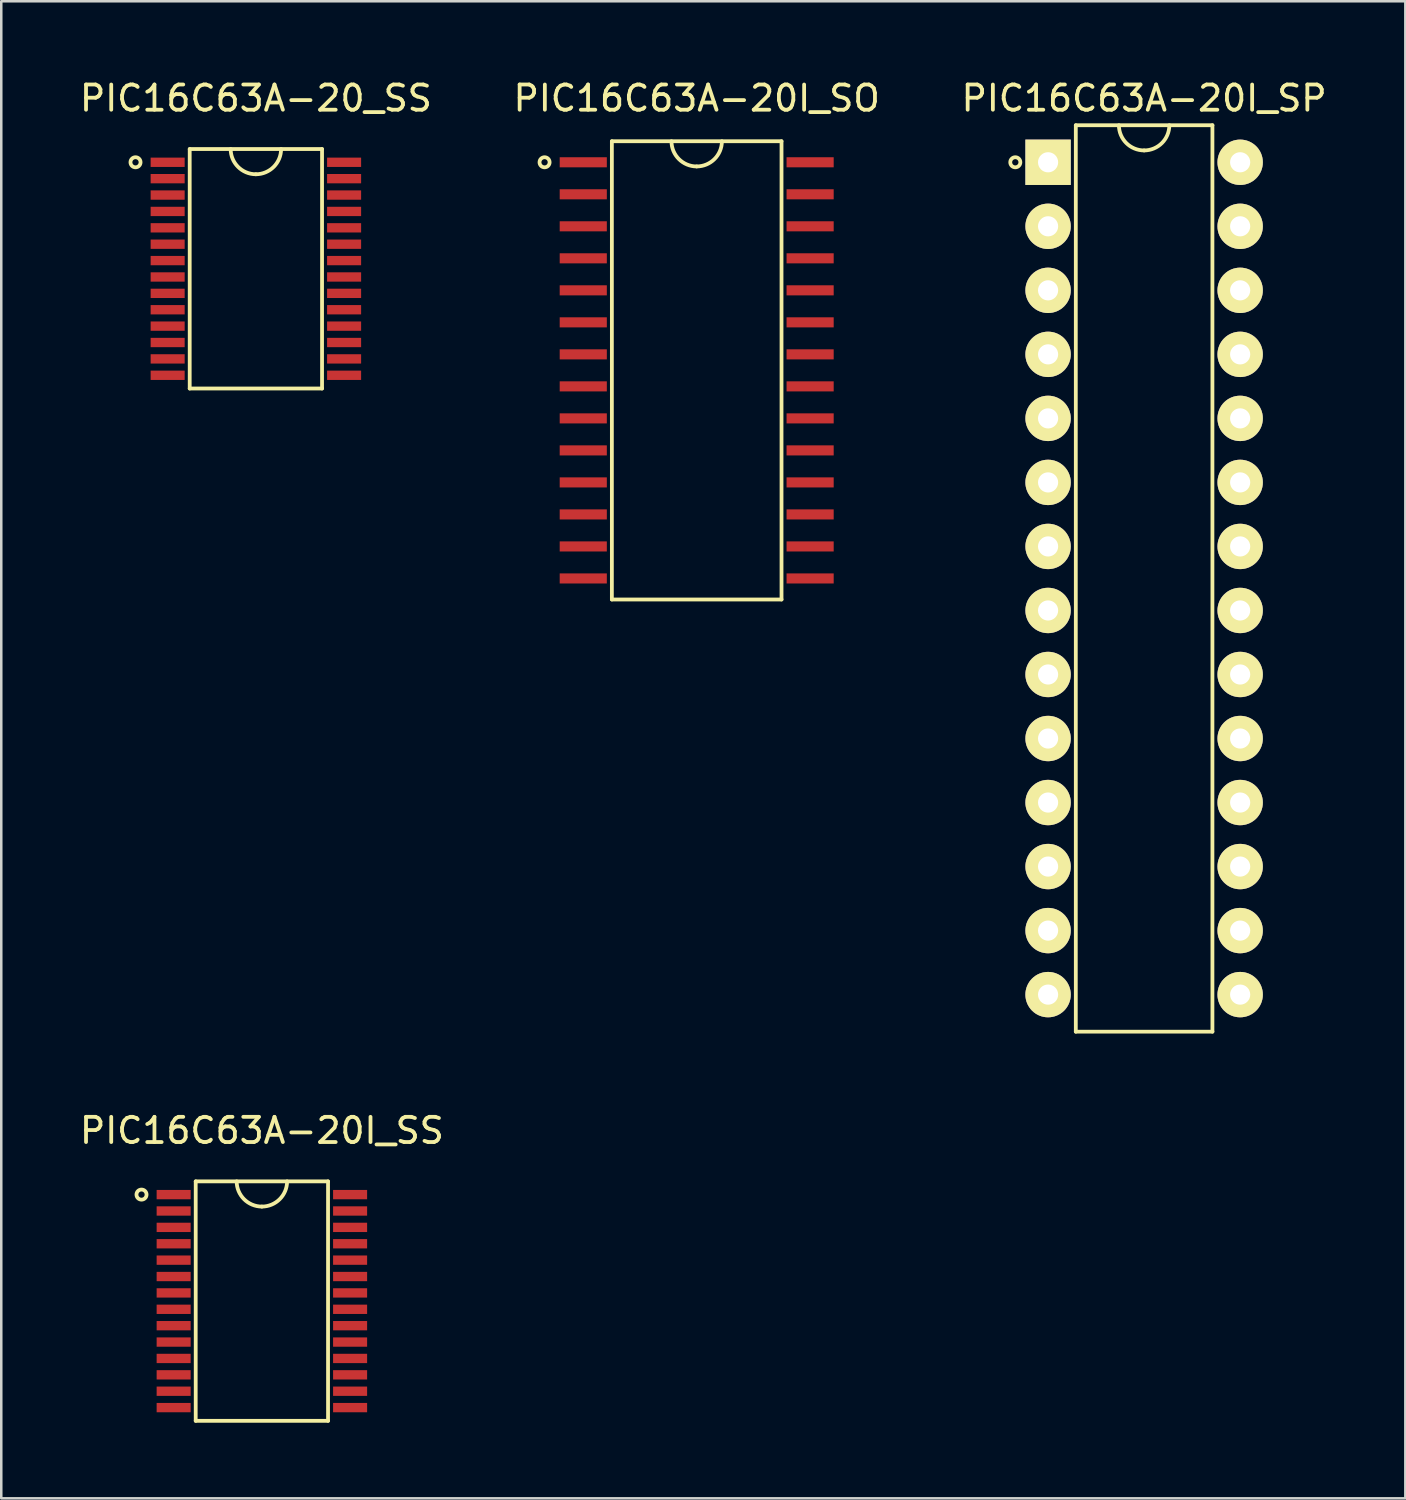
<source format=kicad_pcb>
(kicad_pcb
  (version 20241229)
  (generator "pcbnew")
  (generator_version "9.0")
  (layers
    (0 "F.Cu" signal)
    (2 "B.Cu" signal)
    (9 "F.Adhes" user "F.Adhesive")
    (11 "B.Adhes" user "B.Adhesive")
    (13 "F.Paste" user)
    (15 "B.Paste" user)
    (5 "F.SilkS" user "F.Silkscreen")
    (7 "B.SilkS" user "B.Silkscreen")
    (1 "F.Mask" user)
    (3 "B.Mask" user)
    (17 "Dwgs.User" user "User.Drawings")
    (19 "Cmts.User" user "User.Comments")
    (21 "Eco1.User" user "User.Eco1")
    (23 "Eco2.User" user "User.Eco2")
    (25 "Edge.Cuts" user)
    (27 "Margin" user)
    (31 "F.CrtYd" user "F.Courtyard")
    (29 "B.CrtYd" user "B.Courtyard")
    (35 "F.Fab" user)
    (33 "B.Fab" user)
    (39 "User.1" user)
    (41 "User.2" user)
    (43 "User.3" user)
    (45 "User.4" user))
  (footprint "PIC16C63A-20I_SP"
    (layer "F.Cu")
    (at 38.529 3.388)
    (property "Reference" "PIC16C63A-20I_SP" (at 3.81 -2.54 0) (layer "F.SilkS") (effects (font (size 1 1) (thickness 0.15))))
    (attr through_hole)
    (fp_line (start 1.1 -1.47) (end 6.52 -1.47) (stroke (width 0.15) (type solid)) (layer "F.SilkS"))
    (fp_line (start 1.1 34.49) (end 1.1 -1.47) (stroke (width 0.15) (type solid)) (layer "F.SilkS"))
    (fp_line (start 6.52 -1.47) (end 6.52 34.49) (stroke (width 0.15) (type solid)) (layer "F.SilkS"))
    (fp_line (start 6.52 34.49) (end 1.1 34.49) (stroke (width 0.15) (type solid)) (layer "F.SilkS"))
    (fp_arc (start 3.81 -0.47) (mid 3.102893 -0.762893) (end 2.81 -1.47) (stroke (width 0.15) (type solid)) (layer "F.SilkS"))
    (fp_arc (start 4.81 -1.47) (mid 4.517107 -0.762893) (end 3.81 -0.47) (stroke (width 0.15) (type solid)) (layer "F.SilkS"))
    (fp_circle (center -1.3 0) (end -1.3 0.2) (stroke (width 0.15) (type solid)) (fill no) (layer "F.SilkS"))
    (pad "1" thru_hole rect (at 0 0) (size 1.8 1.8) (drill 0.8) (layers "*.Cu" "*.Mask" "F.SilkS"))
    (pad "2" thru_hole circle (at 0 2.54) (size 1.8 1.8) (drill 0.8) (layers "*.Cu" "*.Mask" "F.SilkS"))
    (pad "3" thru_hole circle (at 0 5.08) (size 1.8 1.8) (drill 0.8) (layers "*.Cu" "*.Mask" "F.SilkS"))
    (pad "4" thru_hole circle (at 0 7.62) (size 1.8 1.8) (drill 0.8) (layers "*.Cu" "*.Mask" "F.SilkS"))
    (pad "5" thru_hole circle (at 0 10.16) (size 1.8 1.8) (drill 0.8) (layers "*.Cu" "*.Mask" "F.SilkS"))
    (pad "6" thru_hole circle (at 0 12.7) (size 1.8 1.8) (drill 0.8) (layers "*.Cu" "*.Mask" "F.SilkS"))
    (pad "7" thru_hole circle (at 0 15.24) (size 1.8 1.8) (drill 0.8) (layers "*.Cu" "*.Mask" "F.SilkS"))
    (pad "8" thru_hole circle (at 0 17.78) (size 1.8 1.8) (drill 0.8) (layers "*.Cu" "*.Mask" "F.SilkS"))
    (pad "9" thru_hole circle (at 0 20.32) (size 1.8 1.8) (drill 0.8) (layers "*.Cu" "*.Mask" "F.SilkS"))
    (pad "10" thru_hole circle (at 0 22.86) (size 1.8 1.8) (drill 0.8) (layers "*.Cu" "*.Mask" "F.SilkS"))
    (pad "11" thru_hole circle (at 0 25.4) (size 1.8 1.8) (drill 0.8) (layers "*.Cu" "*.Mask" "F.SilkS"))
    (pad "12" thru_hole circle (at 0 27.94) (size 1.8 1.8) (drill 0.8) (layers "*.Cu" "*.Mask" "F.SilkS"))
    (pad "13" thru_hole circle (at 0 30.48) (size 1.8 1.8) (drill 0.8) (layers "*.Cu" "*.Mask" "F.SilkS"))
    (pad "14" thru_hole circle (at 0 33.02) (size 1.8 1.8) (drill 0.8) (layers "*.Cu" "*.Mask" "F.SilkS"))
    (pad "15" thru_hole circle (at 7.62 33.02) (size 1.8 1.8) (drill 0.8) (layers "*.Cu" "*.Mask" "F.SilkS"))
    (pad "16" thru_hole circle (at 7.62 30.48) (size 1.8 1.8) (drill 0.8) (layers "*.Cu" "*.Mask" "F.SilkS"))
    (pad "17" thru_hole circle (at 7.62 27.94) (size 1.8 1.8) (drill 0.8) (layers "*.Cu" "*.Mask" "F.SilkS"))
    (pad "18" thru_hole circle (at 7.62 25.4) (size 1.8 1.8) (drill 0.8) (layers "*.Cu" "*.Mask" "F.SilkS"))
    (pad "19" thru_hole circle (at 7.62 22.86) (size 1.8 1.8) (drill 0.8) (layers "*.Cu" "*.Mask" "F.SilkS"))
    (pad "20" thru_hole circle (at 7.62 20.32) (size 1.8 1.8) (drill 0.8) (layers "*.Cu" "*.Mask" "F.SilkS"))
    (pad "21" thru_hole circle (at 7.62 17.78) (size 1.8 1.8) (drill 0.8) (layers "*.Cu" "*.Mask" "F.SilkS"))
    (pad "22" thru_hole circle (at 7.62 15.24) (size 1.8 1.8) (drill 0.8) (layers "*.Cu" "*.Mask" "F.SilkS"))
    (pad "23" thru_hole circle (at 7.62 12.7) (size 1.8 1.8) (drill 0.8) (layers "*.Cu" "*.Mask" "F.SilkS"))
    (pad "24" thru_hole circle (at 7.62 10.16) (size 1.8 1.8) (drill 0.8) (layers "*.Cu" "*.Mask" "F.SilkS"))
    (pad "25" thru_hole circle (at 7.62 7.62) (size 1.8 1.8) (drill 0.8) (layers "*.Cu" "*.Mask" "F.SilkS"))
    (pad "26" thru_hole circle (at 7.62 5.08) (size 1.8 1.8) (drill 0.8) (layers "*.Cu" "*.Mask" "F.SilkS"))
    (pad "27" thru_hole circle (at 7.62 2.54) (size 1.8 1.8) (drill 0.8) (layers "*.Cu" "*.Mask" "F.SilkS"))
    (pad "28" thru_hole circle (at 7.62 0) (size 1.8 1.8) (drill 0.8) (layers "*.Cu" "*.Mask" "F.SilkS")))
  (footprint "PIC16C63A-20_SS"
    (layer "F.Cu")
    (at 3.601 3.388)
    (property "Reference" "PIC16C63A-20_SS" (at 3.5 -2.54 0) (layer "F.SilkS") (effects (font (size 1 1) (thickness 0.15))))
    (attr through_hole)
    (fp_line (start 0.875 -0.525) (end 6.125 -0.525) (stroke (width 0.15) (type solid)) (layer "F.SilkS"))
    (fp_line (start 0.875 8.975) (end 0.875 -0.525) (stroke (width 0.15) (type solid)) (layer "F.SilkS"))
    (fp_line (start 6.125 -0.525) (end 6.125 8.975) (stroke (width 0.15) (type solid)) (layer "F.SilkS"))
    (fp_line (start 6.125 8.975) (end 0.875 8.975) (stroke (width 0.15) (type solid)) (layer "F.SilkS"))
    (fp_arc (start 3.5 0.475) (mid 2.792893 0.182107) (end 2.5 -0.525) (stroke (width 0.15) (type solid)) (layer "F.SilkS"))
    (fp_arc (start 4.5 -0.525) (mid 4.207107 0.182107) (end 3.5 0.475) (stroke (width 0.15) (type solid)) (layer "F.SilkS"))
    (fp_circle (center -1.275 0) (end -1.275 0.2) (stroke (width 0.15) (type solid)) (fill no) (layer "F.SilkS"))
    (pad "1" smd rect (at 0 0) (size 1.35 0.37) (layers "F.Cu" "F.Mask" "F.Paste"))
    (pad "2" smd rect (at 0 0.65) (size 1.35 0.37) (layers "F.Cu" "F.Mask" "F.Paste"))
    (pad "3" smd rect (at 0 1.3) (size 1.35 0.37) (layers "F.Cu" "F.Mask" "F.Paste"))
    (pad "4" smd rect (at 0 1.95) (size 1.35 0.37) (layers "F.Cu" "F.Mask" "F.Paste"))
    (pad "5" smd rect (at 0 2.6) (size 1.35 0.37) (layers "F.Cu" "F.Mask" "F.Paste"))
    (pad "6" smd rect (at 0 3.25) (size 1.35 0.37) (layers "F.Cu" "F.Mask" "F.Paste"))
    (pad "7" smd rect (at 0 3.9) (size 1.35 0.37) (layers "F.Cu" "F.Mask" "F.Paste"))
    (pad "8" smd rect (at 0 4.55) (size 1.35 0.37) (layers "F.Cu" "F.Mask" "F.Paste"))
    (pad "9" smd rect (at 0 5.2) (size 1.35 0.37) (layers "F.Cu" "F.Mask" "F.Paste"))
    (pad "10" smd rect (at 0 5.85) (size 1.35 0.37) (layers "F.Cu" "F.Mask" "F.Paste"))
    (pad "11" smd rect (at 0 6.5) (size 1.35 0.37) (layers "F.Cu" "F.Mask" "F.Paste"))
    (pad "12" smd rect (at 0 7.15) (size 1.35 0.37) (layers "F.Cu" "F.Mask" "F.Paste"))
    (pad "13" smd rect (at 0 7.8) (size 1.35 0.37) (layers "F.Cu" "F.Mask" "F.Paste"))
    (pad "14" smd rect (at 0 8.45) (size 1.35 0.37) (layers "F.Cu" "F.Mask" "F.Paste"))
    (pad "15" smd rect (at 7 8.45) (size 1.35 0.37) (layers "F.Cu" "F.Mask" "F.Paste"))
    (pad "16" smd rect (at 7 7.8) (size 1.35 0.37) (layers "F.Cu" "F.Mask" "F.Paste"))
    (pad "17" smd rect (at 7 7.15) (size 1.35 0.37) (layers "F.Cu" "F.Mask" "F.Paste"))
    (pad "18" smd rect (at 7 6.5) (size 1.35 0.37) (layers "F.Cu" "F.Mask" "F.Paste"))
    (pad "19" smd rect (at 7 5.85) (size 1.35 0.37) (layers "F.Cu" "F.Mask" "F.Paste"))
    (pad "20" smd rect (at 7 5.2) (size 1.35 0.37) (layers "F.Cu" "F.Mask" "F.Paste"))
    (pad "21" smd rect (at 7 4.55) (size 1.35 0.37) (layers "F.Cu" "F.Mask" "F.Paste"))
    (pad "22" smd rect (at 7 3.9) (size 1.35 0.37) (layers "F.Cu" "F.Mask" "F.Paste"))
    (pad "23" smd rect (at 7 3.25) (size 1.35 0.37) (layers "F.Cu" "F.Mask" "F.Paste"))
    (pad "24" smd rect (at 7 2.6) (size 1.35 0.37) (layers "F.Cu" "F.Mask" "F.Paste"))
    (pad "25" smd rect (at 7 1.95) (size 1.35 0.37) (layers "F.Cu" "F.Mask" "F.Paste"))
    (pad "26" smd rect (at 7 1.3) (size 1.35 0.37) (layers "F.Cu" "F.Mask" "F.Paste"))
    (pad "27" smd rect (at 7 0.65) (size 1.35 0.37) (layers "F.Cu" "F.Mask" "F.Paste"))
    (pad "28" smd rect (at 7 0) (size 1.35 0.37) (layers "F.Cu" "F.Mask" "F.Paste")))
  (footprint "PIC16C63A-20I_SS"
    (layer "F.Cu")
    (at 3.839 44.342)
    (property "Reference" "PIC16C63A-20I_SS" (at 3.5 -2.54 0) (layer "F.SilkS") (effects (font (size 1 1) (thickness 0.15))))
    (attr through_hole)
    (fp_line (start 0.875 -0.525) (end 6.125 -0.525) (stroke (width 0.15) (type solid)) (layer "F.SilkS"))
    (fp_line (start 0.875 8.975) (end 0.875 -0.525) (stroke (width 0.15) (type solid)) (layer "F.SilkS"))
    (fp_line (start 6.125 -0.525) (end 6.125 8.975) (stroke (width 0.15) (type solid)) (layer "F.SilkS"))
    (fp_line (start 6.125 8.975) (end 0.875 8.975) (stroke (width 0.15) (type solid)) (layer "F.SilkS"))
    (fp_arc (start 3.5 0.475) (mid 2.792893 0.182107) (end 2.5 -0.525) (stroke (width 0.15) (type solid)) (layer "F.SilkS"))
    (fp_arc (start 4.5 -0.525) (mid 4.207107 0.182107) (end 3.5 0.475) (stroke (width 0.15) (type solid)) (layer "F.SilkS"))
    (fp_circle (center -1.275 0) (end -1.275 0.2) (stroke (width 0.15) (type solid)) (fill no) (layer "F.SilkS"))
    (pad "1" smd rect (at 0 0) (size 1.35 0.37) (layers "F.Cu" "F.Mask" "F.Paste"))
    (pad "2" smd rect (at 0 0.65) (size 1.35 0.37) (layers "F.Cu" "F.Mask" "F.Paste"))
    (pad "3" smd rect (at 0 1.3) (size 1.35 0.37) (layers "F.Cu" "F.Mask" "F.Paste"))
    (pad "4" smd rect (at 0 1.95) (size 1.35 0.37) (layers "F.Cu" "F.Mask" "F.Paste"))
    (pad "5" smd rect (at 0 2.6) (size 1.35 0.37) (layers "F.Cu" "F.Mask" "F.Paste"))
    (pad "6" smd rect (at 0 3.25) (size 1.35 0.37) (layers "F.Cu" "F.Mask" "F.Paste"))
    (pad "7" smd rect (at 0 3.9) (size 1.35 0.37) (layers "F.Cu" "F.Mask" "F.Paste"))
    (pad "8" smd rect (at 0 4.55) (size 1.35 0.37) (layers "F.Cu" "F.Mask" "F.Paste"))
    (pad "9" smd rect (at 0 5.2) (size 1.35 0.37) (layers "F.Cu" "F.Mask" "F.Paste"))
    (pad "10" smd rect (at 0 5.85) (size 1.35 0.37) (layers "F.Cu" "F.Mask" "F.Paste"))
    (pad "11" smd rect (at 0 6.5) (size 1.35 0.37) (layers "F.Cu" "F.Mask" "F.Paste"))
    (pad "12" smd rect (at 0 7.15) (size 1.35 0.37) (layers "F.Cu" "F.Mask" "F.Paste"))
    (pad "13" smd rect (at 0 7.8) (size 1.35 0.37) (layers "F.Cu" "F.Mask" "F.Paste"))
    (pad "14" smd rect (at 0 8.45) (size 1.35 0.37) (layers "F.Cu" "F.Mask" "F.Paste"))
    (pad "15" smd rect (at 7 8.45) (size 1.35 0.37) (layers "F.Cu" "F.Mask" "F.Paste"))
    (pad "16" smd rect (at 7 7.8) (size 1.35 0.37) (layers "F.Cu" "F.Mask" "F.Paste"))
    (pad "17" smd rect (at 7 7.15) (size 1.35 0.37) (layers "F.Cu" "F.Mask" "F.Paste"))
    (pad "18" smd rect (at 7 6.5) (size 1.35 0.37) (layers "F.Cu" "F.Mask" "F.Paste"))
    (pad "19" smd rect (at 7 5.85) (size 1.35 0.37) (layers "F.Cu" "F.Mask" "F.Paste"))
    (pad "20" smd rect (at 7 5.2) (size 1.35 0.37) (layers "F.Cu" "F.Mask" "F.Paste"))
    (pad "21" smd rect (at 7 4.55) (size 1.35 0.37) (layers "F.Cu" "F.Mask" "F.Paste"))
    (pad "22" smd rect (at 7 3.9) (size 1.35 0.37) (layers "F.Cu" "F.Mask" "F.Paste"))
    (pad "23" smd rect (at 7 3.25) (size 1.35 0.37) (layers "F.Cu" "F.Mask" "F.Paste"))
    (pad "24" smd rect (at 7 2.6) (size 1.35 0.37) (layers "F.Cu" "F.Mask" "F.Paste"))
    (pad "25" smd rect (at 7 1.95) (size 1.35 0.37) (layers "F.Cu" "F.Mask" "F.Paste"))
    (pad "26" smd rect (at 7 1.3) (size 1.35 0.37) (layers "F.Cu" "F.Mask" "F.Paste"))
    (pad "27" smd rect (at 7 0.65) (size 1.35 0.37) (layers "F.Cu" "F.Mask" "F.Paste"))
    (pad "28" smd rect (at 7 0) (size 1.35 0.37) (layers "F.Cu" "F.Mask" "F.Paste")))
  (footprint "PIC16C63A-20I_SO"
    (layer "F.Cu")
    (at 20.089 3.388)
    (property "Reference" "PIC16C63A-20I_SO" (at 4.5 -2.54 0) (layer "F.SilkS") (effects (font (size 1 1) (thickness 0.15))))
    (attr through_hole)
    (fp_line (start 1.135 -0.835) (end 7.865 -0.835) (stroke (width 0.15) (type solid)) (layer "F.SilkS"))
    (fp_line (start 1.135 17.345) (end 1.135 -0.835) (stroke (width 0.15) (type solid)) (layer "F.SilkS"))
    (fp_line (start 7.865 -0.835) (end 7.865 17.345) (stroke (width 0.15) (type solid)) (layer "F.SilkS"))
    (fp_line (start 7.865 17.345) (end 1.135 17.345) (stroke (width 0.15) (type solid)) (layer "F.SilkS"))
    (fp_arc (start 4.5 0.165) (mid 3.792893 -0.127893) (end 3.5 -0.835) (stroke (width 0.15) (type solid)) (layer "F.SilkS"))
    (fp_arc (start 5.5 -0.835) (mid 5.207107 -0.127893) (end 4.5 0.165) (stroke (width 0.15) (type solid)) (layer "F.SilkS"))
    (fp_circle (center -1.535 0) (end -1.535 0.2) (stroke (width 0.15) (type solid)) (fill no) (layer "F.SilkS"))
    (pad "1" smd rect (at 0 0) (size 1.87 0.4) (layers "F.Cu" "F.Mask" "F.Paste"))
    (pad "2" smd rect (at 0 1.27) (size 1.87 0.4) (layers "F.Cu" "F.Mask" "F.Paste"))
    (pad "3" smd rect (at 0 2.54) (size 1.87 0.4) (layers "F.Cu" "F.Mask" "F.Paste"))
    (pad "4" smd rect (at 0 3.81) (size 1.87 0.4) (layers "F.Cu" "F.Mask" "F.Paste"))
    (pad "5" smd rect (at 0 5.08) (size 1.87 0.4) (layers "F.Cu" "F.Mask" "F.Paste"))
    (pad "6" smd rect (at 0 6.35) (size 1.87 0.4) (layers "F.Cu" "F.Mask" "F.Paste"))
    (pad "7" smd rect (at 0 7.62) (size 1.87 0.4) (layers "F.Cu" "F.Mask" "F.Paste"))
    (pad "8" smd rect (at 0 8.89) (size 1.87 0.4) (layers "F.Cu" "F.Mask" "F.Paste"))
    (pad "9" smd rect (at 0 10.16) (size 1.87 0.4) (layers "F.Cu" "F.Mask" "F.Paste"))
    (pad "10" smd rect (at 0 11.43) (size 1.87 0.4) (layers "F.Cu" "F.Mask" "F.Paste"))
    (pad "11" smd rect (at 0 12.7) (size 1.87 0.4) (layers "F.Cu" "F.Mask" "F.Paste"))
    (pad "12" smd rect (at 0 13.97) (size 1.87 0.4) (layers "F.Cu" "F.Mask" "F.Paste"))
    (pad "13" smd rect (at 0 15.24) (size 1.87 0.4) (layers "F.Cu" "F.Mask" "F.Paste"))
    (pad "14" smd rect (at 0 16.51) (size 1.87 0.4) (layers "F.Cu" "F.Mask" "F.Paste"))
    (pad "15" smd rect (at 9 16.51) (size 1.87 0.4) (layers "F.Cu" "F.Mask" "F.Paste"))
    (pad "16" smd rect (at 9 15.24) (size 1.87 0.4) (layers "F.Cu" "F.Mask" "F.Paste"))
    (pad "17" smd rect (at 9 13.97) (size 1.87 0.4) (layers "F.Cu" "F.Mask" "F.Paste"))
    (pad "18" smd rect (at 9 12.7) (size 1.87 0.4) (layers "F.Cu" "F.Mask" "F.Paste"))
    (pad "19" smd rect (at 9 11.43) (size 1.87 0.4) (layers "F.Cu" "F.Mask" "F.Paste"))
    (pad "20" smd rect (at 9 10.16) (size 1.87 0.4) (layers "F.Cu" "F.Mask" "F.Paste"))
    (pad "21" smd rect (at 9 8.89) (size 1.87 0.4) (layers "F.Cu" "F.Mask" "F.Paste"))
    (pad "22" smd rect (at 9 7.62) (size 1.87 0.4) (layers "F.Cu" "F.Mask" "F.Paste"))
    (pad "23" smd rect (at 9 6.35) (size 1.87 0.4) (layers "F.Cu" "F.Mask" "F.Paste"))
    (pad "24" smd rect (at 9 5.08) (size 1.87 0.4) (layers "F.Cu" "F.Mask" "F.Paste"))
    (pad "25" smd rect (at 9 3.81) (size 1.87 0.4) (layers "F.Cu" "F.Mask" "F.Paste"))
    (pad "26" smd rect (at 9 2.54) (size 1.87 0.4) (layers "F.Cu" "F.Mask" "F.Paste"))
    (pad "27" smd rect (at 9 1.27) (size 1.87 0.4) (layers "F.Cu" "F.Mask" "F.Paste"))
    (pad "28" smd rect (at 9 0) (size 1.87 0.4) (layers "F.Cu" "F.Mask" "F.Paste")))
  (gr_rect
    (start -3 -3)
    (end 52.702 56.392)
    (stroke (width 0.1) (type default))
    (fill no)
    (layer "Edge.Cuts")))
</source>
